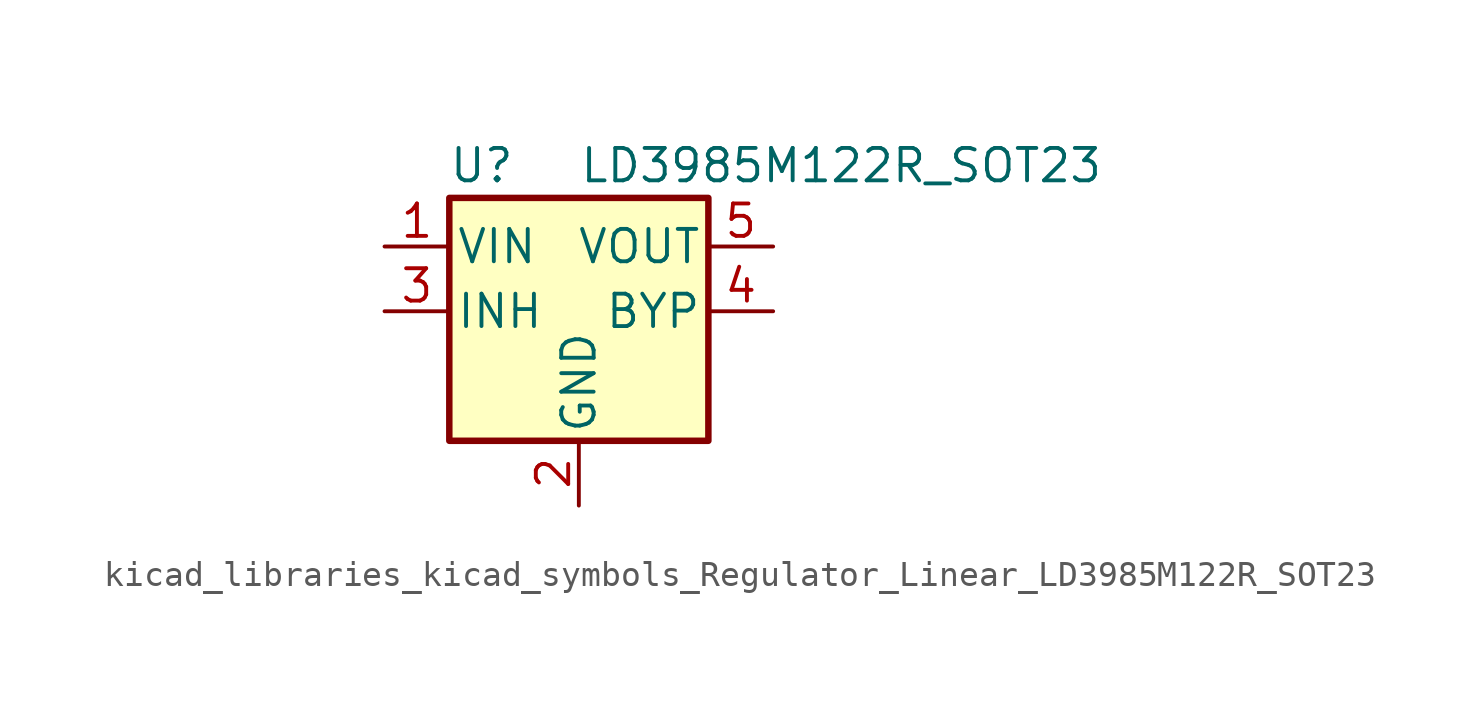
<source format=kicad_sym>
(kicad_symbol_lib
  (version 20220914)
  (generator kicad_symbol_editor)
  (symbol "kicad_libraries_kicad_symbols_Regulator_Linear_LD3985M122R_SOT23"
    (pin_names
      (offset 0.254))
    (property "Reference" "U"
      (at -3.81 5.715 0)
      (effects (font (size 1.27 1.27))))
    (property "Value" "LD3985M122R_SOT23"
      (at 0 5.715 0)
      (effects (font (size 1.27 1.27)) (justify left)))
    (symbol "kicad_libraries_kicad_symbols_Regulator_Linear_LD3985M122R_SOT23_0_1"
      (rectangle (start -5.08 4.445) (end 5.08 -5.08) (stroke (width 0.254) (type default)) (fill (type background))))
    (symbol "kicad_libraries_kicad_symbols_Regulator_Linear_LD3985M122R_SOT23_1_1"
      (pin power_in line (at -7.62 2.54 0) (length 2.54) (name "VIN" (effects (font (size 1.27 1.27)))) (number "1" (effects (font (size 1.27 1.27)))))
      (pin power_in line (at 0 -7.62 90) (length 2.54) (name "GND" (effects (font (size 1.27 1.27)))) (number "2" (effects (font (size 1.27 1.27)))))
      (pin input line (at -7.62 0 0) (length 2.54) (name "INH" (effects (font (size 1.27 1.27)))) (number "3" (effects (font (size 1.27 1.27)))))
      (pin input line (at 7.62 0 180) (length 2.54) (name "BYP" (effects (font (size 1.27 1.27)))) (number "4" (effects (font (size 1.27 1.27)))))
      (pin power_out line (at 7.62 2.54 180) (length 2.54) (name "VOUT" (effects (font (size 1.27 1.27)))) (number "5" (effects (font (size 1.27 1.27))))))))
</source>
